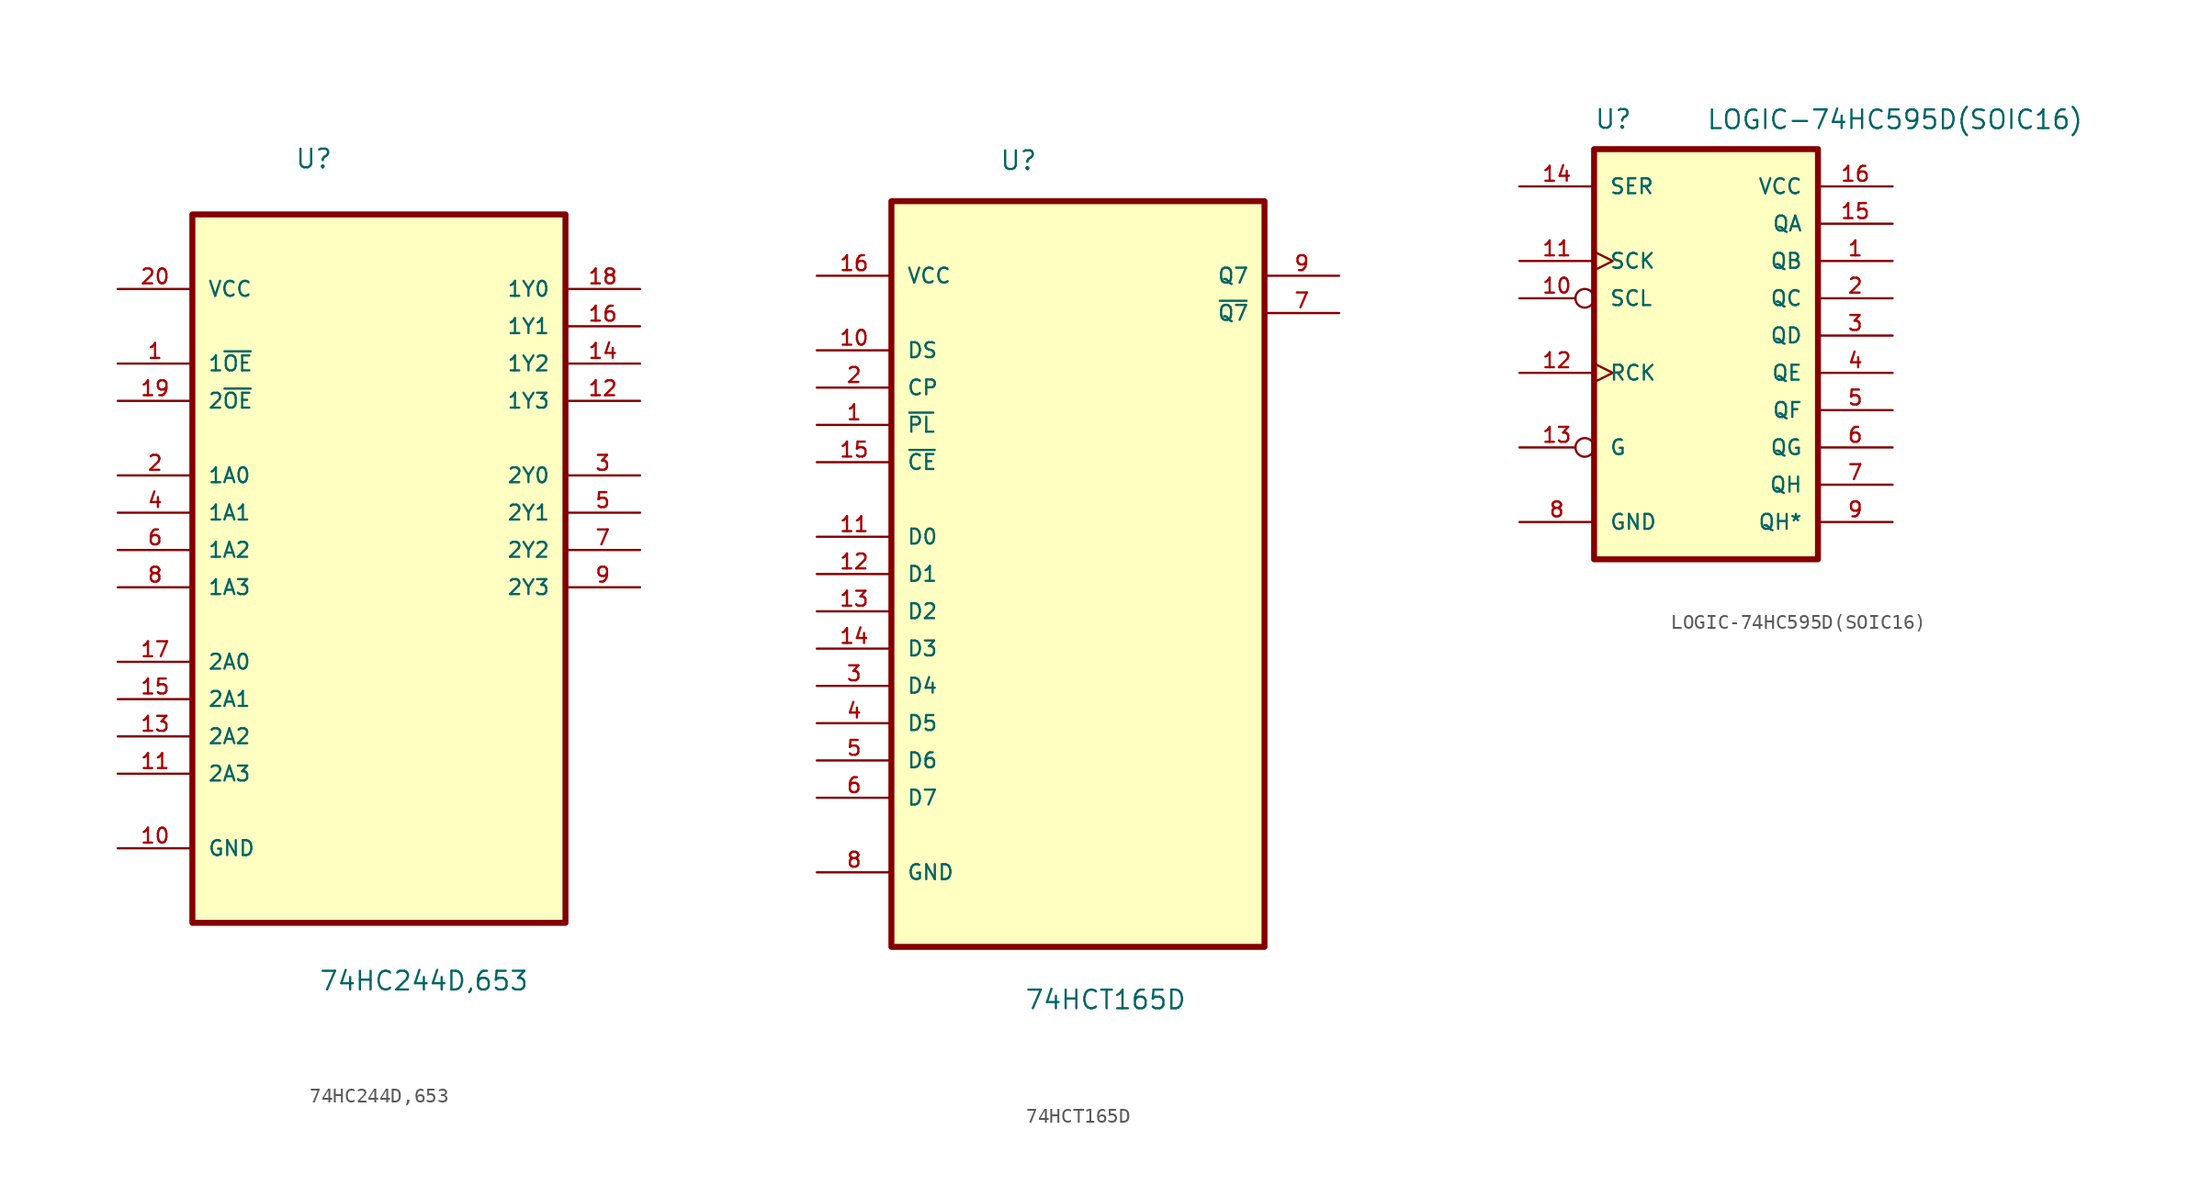
<source format=kicad_sym>
(kicad_symbol_lib
  (version 20211014)
  (generator kicad_symbol_editor)
  (symbol "74HC244D,653"
    (pin_names
      (offset 1.016))
    (property "Reference" "U"
      (at -5.74 23.368 0)
      (effects (font (size 1.27 1.27)) (justify left bottom)))
    (property "Value" "74HC244D,653"
      (at -4.115 -32.639 0)
      (effects (font (size 1.27 1.27)) (justify left bottom)))
    (symbol "74HC244D,653_0_0"
      (rectangle (start -12.7 -27.94) (end 12.7 20.32) (stroke (width 0.406) (type default) (color 0 0 0 0)) (fill (type background)))
      (pin input line (at -17.78 10.16 0) (length 5.08) (name "1~{OE}" (effects (font (size 1.016 1.016)))) (number "1" (effects (font (size 1.016 1.016)))))
      (pin passive line (at -17.78 -22.86 0) (length 5.08) (name "GND" (effects (font (size 1.016 1.016)))) (number "10" (effects (font (size 1.016 1.016)))))
      (pin input line (at -17.78 -17.78 0) (length 5.08) (name "2A3" (effects (font (size 1.016 1.016)))) (number "11" (effects (font (size 1.016 1.016)))))
      (pin output line (at 17.78 7.62 180) (length 5.08) (name "1Y3" (effects (font (size 1.016 1.016)))) (number "12" (effects (font (size 1.016 1.016)))))
      (pin input line (at -17.78 -15.24 0) (length 5.08) (name "2A2" (effects (font (size 1.016 1.016)))) (number "13" (effects (font (size 1.016 1.016)))))
      (pin output line (at 17.78 10.16 180) (length 5.08) (name "1Y2" (effects (font (size 1.016 1.016)))) (number "14" (effects (font (size 1.016 1.016)))))
      (pin input line (at -17.78 -12.7 0) (length 5.08) (name "2A1" (effects (font (size 1.016 1.016)))) (number "15" (effects (font (size 1.016 1.016)))))
      (pin output line (at 17.78 12.7 180) (length 5.08) (name "1Y1" (effects (font (size 1.016 1.016)))) (number "16" (effects (font (size 1.016 1.016)))))
      (pin input line (at -17.78 -10.16 0) (length 5.08) (name "2A0" (effects (font (size 1.016 1.016)))) (number "17" (effects (font (size 1.016 1.016)))))
      (pin output line (at 17.78 15.24 180) (length 5.08) (name "1Y0" (effects (font (size 1.016 1.016)))) (number "18" (effects (font (size 1.016 1.016)))))
      (pin input line (at -17.78 7.62 0) (length 5.08) (name "2~{OE}" (effects (font (size 1.016 1.016)))) (number "19" (effects (font (size 1.016 1.016)))))
      (pin input line (at -17.78 2.54 0) (length 5.08) (name "1A0" (effects (font (size 1.016 1.016)))) (number "2" (effects (font (size 1.016 1.016)))))
      (pin power_in line (at -17.78 15.24 0) (length 5.08) (name "VCC" (effects (font (size 1.016 1.016)))) (number "20" (effects (font (size 1.016 1.016)))))
      (pin output line (at 17.78 2.54 180) (length 5.08) (name "2Y0" (effects (font (size 1.016 1.016)))) (number "3" (effects (font (size 1.016 1.016)))))
      (pin input line (at -17.78 0 0) (length 5.08) (name "1A1" (effects (font (size 1.016 1.016)))) (number "4" (effects (font (size 1.016 1.016)))))
      (pin output line (at 17.78 0 180) (length 5.08) (name "2Y1" (effects (font (size 1.016 1.016)))) (number "5" (effects (font (size 1.016 1.016)))))
      (pin input line (at -17.78 -2.54 0) (length 5.08) (name "1A2" (effects (font (size 1.016 1.016)))) (number "6" (effects (font (size 1.016 1.016)))))
      (pin output line (at 17.78 -2.54 180) (length 5.08) (name "2Y2" (effects (font (size 1.016 1.016)))) (number "7" (effects (font (size 1.016 1.016)))))
      (pin input line (at -17.78 -5.08 0) (length 5.08) (name "1A3" (effects (font (size 1.016 1.016)))) (number "8" (effects (font (size 1.016 1.016)))))
      (pin output line (at 17.78 -5.08 180) (length 5.08) (name "2Y3" (effects (font (size 1.016 1.016)))) (number "9" (effects (font (size 1.016 1.016)))))))
  (symbol "74HCT165D"
    (pin_names
      (offset 1.016))
    (property "Reference" "U"
      (at -5.359 24.892 0)
      (effects (font (size 1.27 1.27)) (justify left bottom)))
    (property "Value" "74HCT165D"
      (at -3.658 -32.283 0)
      (effects (font (size 1.27 1.27)) (justify left bottom)))
    (symbol "74HCT165D_0_0"
      (rectangle (start -12.7 -27.94) (end 12.7 22.86) (stroke (width 0.406) (type default) (color 0 0 0 0)) (fill (type background)))
      (pin input line (at -17.78 7.62 0) (length 5.08) (name "~{PL}" (effects (font (size 1.016 1.016)))) (number "1" (effects (font (size 1.016 1.016)))))
      (pin input line (at -17.78 12.7 0) (length 5.08) (name "DS" (effects (font (size 1.016 1.016)))) (number "10" (effects (font (size 1.016 1.016)))))
      (pin input line (at -17.78 0 0) (length 5.08) (name "D0" (effects (font (size 1.016 1.016)))) (number "11" (effects (font (size 1.016 1.016)))))
      (pin input line (at -17.78 -2.54 0) (length 5.08) (name "D1" (effects (font (size 1.016 1.016)))) (number "12" (effects (font (size 1.016 1.016)))))
      (pin input line (at -17.78 -5.08 0) (length 5.08) (name "D2" (effects (font (size 1.016 1.016)))) (number "13" (effects (font (size 1.016 1.016)))))
      (pin input line (at -17.78 -7.62 0) (length 5.08) (name "D3" (effects (font (size 1.016 1.016)))) (number "14" (effects (font (size 1.016 1.016)))))
      (pin input line (at -17.78 5.08 0) (length 5.08) (name "~{CE}" (effects (font (size 1.016 1.016)))) (number "15" (effects (font (size 1.016 1.016)))))
      (pin power_in line (at -17.78 17.78 0) (length 5.08) (name "VCC" (effects (font (size 1.016 1.016)))) (number "16" (effects (font (size 1.016 1.016)))))
      (pin input line (at -17.78 10.16 0) (length 5.08) (name "CP" (effects (font (size 1.016 1.016)))) (number "2" (effects (font (size 1.016 1.016)))))
      (pin input line (at -17.78 -10.16 0) (length 5.08) (name "D4" (effects (font (size 1.016 1.016)))) (number "3" (effects (font (size 1.016 1.016)))))
      (pin input line (at -17.78 -12.7 0) (length 5.08) (name "D5" (effects (font (size 1.016 1.016)))) (number "4" (effects (font (size 1.016 1.016)))))
      (pin input line (at -17.78 -15.24 0) (length 5.08) (name "D6" (effects (font (size 1.016 1.016)))) (number "5" (effects (font (size 1.016 1.016)))))
      (pin input line (at -17.78 -17.78 0) (length 5.08) (name "D7" (effects (font (size 1.016 1.016)))) (number "6" (effects (font (size 1.016 1.016)))))
      (pin output line (at 17.78 15.24 180) (length 5.08) (name "~{Q7}" (effects (font (size 1.016 1.016)))) (number "7" (effects (font (size 1.016 1.016)))))
      (pin passive line (at -17.78 -22.86 0) (length 5.08) (name "GND" (effects (font (size 1.016 1.016)))) (number "8" (effects (font (size 1.016 1.016)))))
      (pin output line (at 17.78 17.78 180) (length 5.08) (name "Q7" (effects (font (size 1.016 1.016)))) (number "9" (effects (font (size 1.016 1.016)))))))
  (symbol "LOGIC-74HC595D(SOIC16)"
    (pin_names
      (offset 1.016))
    (property "Reference" "U"
      (at -7.62 15.265 0)
      (effects (font (size 1.27 1.27)) (justify left bottom)))
    (property "Value" "LOGIC-74HC595D(SOIC16)"
      (at 0 15.24 0)
      (effects (font (size 1.27 1.27)) (justify left bottom)))
    (symbol "LOGIC-74HC595D(SOIC16)_0_0"
      (rectangle (start -7.62 -13.97) (end 7.62 13.97) (stroke (width 0.406) (type default) (color 0 0 0 0)) (fill (type background)))
      (pin tri_state line (at 12.7 6.35 180) (length 5.08) (name "QB" (effects (font (size 1.016 1.016)))) (number "1" (effects (font (size 1.016 1.016)))))
      (pin input inverted (at -12.7 3.81 0) (length 5.08) (name "SCL" (effects (font (size 1.016 1.016)))) (number "10" (effects (font (size 1.016 1.016)))))
      (pin input clock (at -12.7 6.35 0) (length 5.08) (name "SCK" (effects (font (size 1.016 1.016)))) (number "11" (effects (font (size 1.016 1.016)))))
      (pin input clock (at -12.7 -1.27 0) (length 5.08) (name "RCK" (effects (font (size 1.016 1.016)))) (number "12" (effects (font (size 1.016 1.016)))))
      (pin input inverted (at -12.7 -6.35 0) (length 5.08) (name "G" (effects (font (size 1.016 1.016)))) (number "13" (effects (font (size 1.016 1.016)))))
      (pin input line (at -12.7 11.43 0) (length 5.08) (name "SER" (effects (font (size 1.016 1.016)))) (number "14" (effects (font (size 1.016 1.016)))))
      (pin tri_state line (at 12.7 8.89 180) (length 5.08) (name "QA" (effects (font (size 1.016 1.016)))) (number "15" (effects (font (size 1.016 1.016)))))
      (pin power_in line (at 12.7 11.43 180) (length 5.08) (name "VCC" (effects (font (size 1.016 1.016)))) (number "16" (effects (font (size 1.016 1.016)))))
      (pin tri_state line (at 12.7 3.81 180) (length 5.08) (name "QC" (effects (font (size 1.016 1.016)))) (number "2" (effects (font (size 1.016 1.016)))))
      (pin tri_state line (at 12.7 1.27 180) (length 5.08) (name "QD" (effects (font (size 1.016 1.016)))) (number "3" (effects (font (size 1.016 1.016)))))
      (pin tri_state line (at 12.7 -1.27 180) (length 5.08) (name "QE" (effects (font (size 1.016 1.016)))) (number "4" (effects (font (size 1.016 1.016)))))
      (pin tri_state line (at 12.7 -3.81 180) (length 5.08) (name "QF" (effects (font (size 1.016 1.016)))) (number "5" (effects (font (size 1.016 1.016)))))
      (pin tri_state line (at 12.7 -6.35 180) (length 5.08) (name "QG" (effects (font (size 1.016 1.016)))) (number "6" (effects (font (size 1.016 1.016)))))
      (pin tri_state line (at 12.7 -8.89 180) (length 5.08) (name "QH" (effects (font (size 1.016 1.016)))) (number "7" (effects (font (size 1.016 1.016)))))
      (pin power_in line (at -12.7 -11.43 0) (length 5.08) (name "GND" (effects (font (size 1.016 1.016)))) (number "8" (effects (font (size 1.016 1.016)))))
      (pin tri_state line (at 12.7 -11.43 180) (length 5.08) (name "QH*" (effects (font (size 1.016 1.016)))) (number "9" (effects (font (size 1.016 1.016))))))))
</source>
